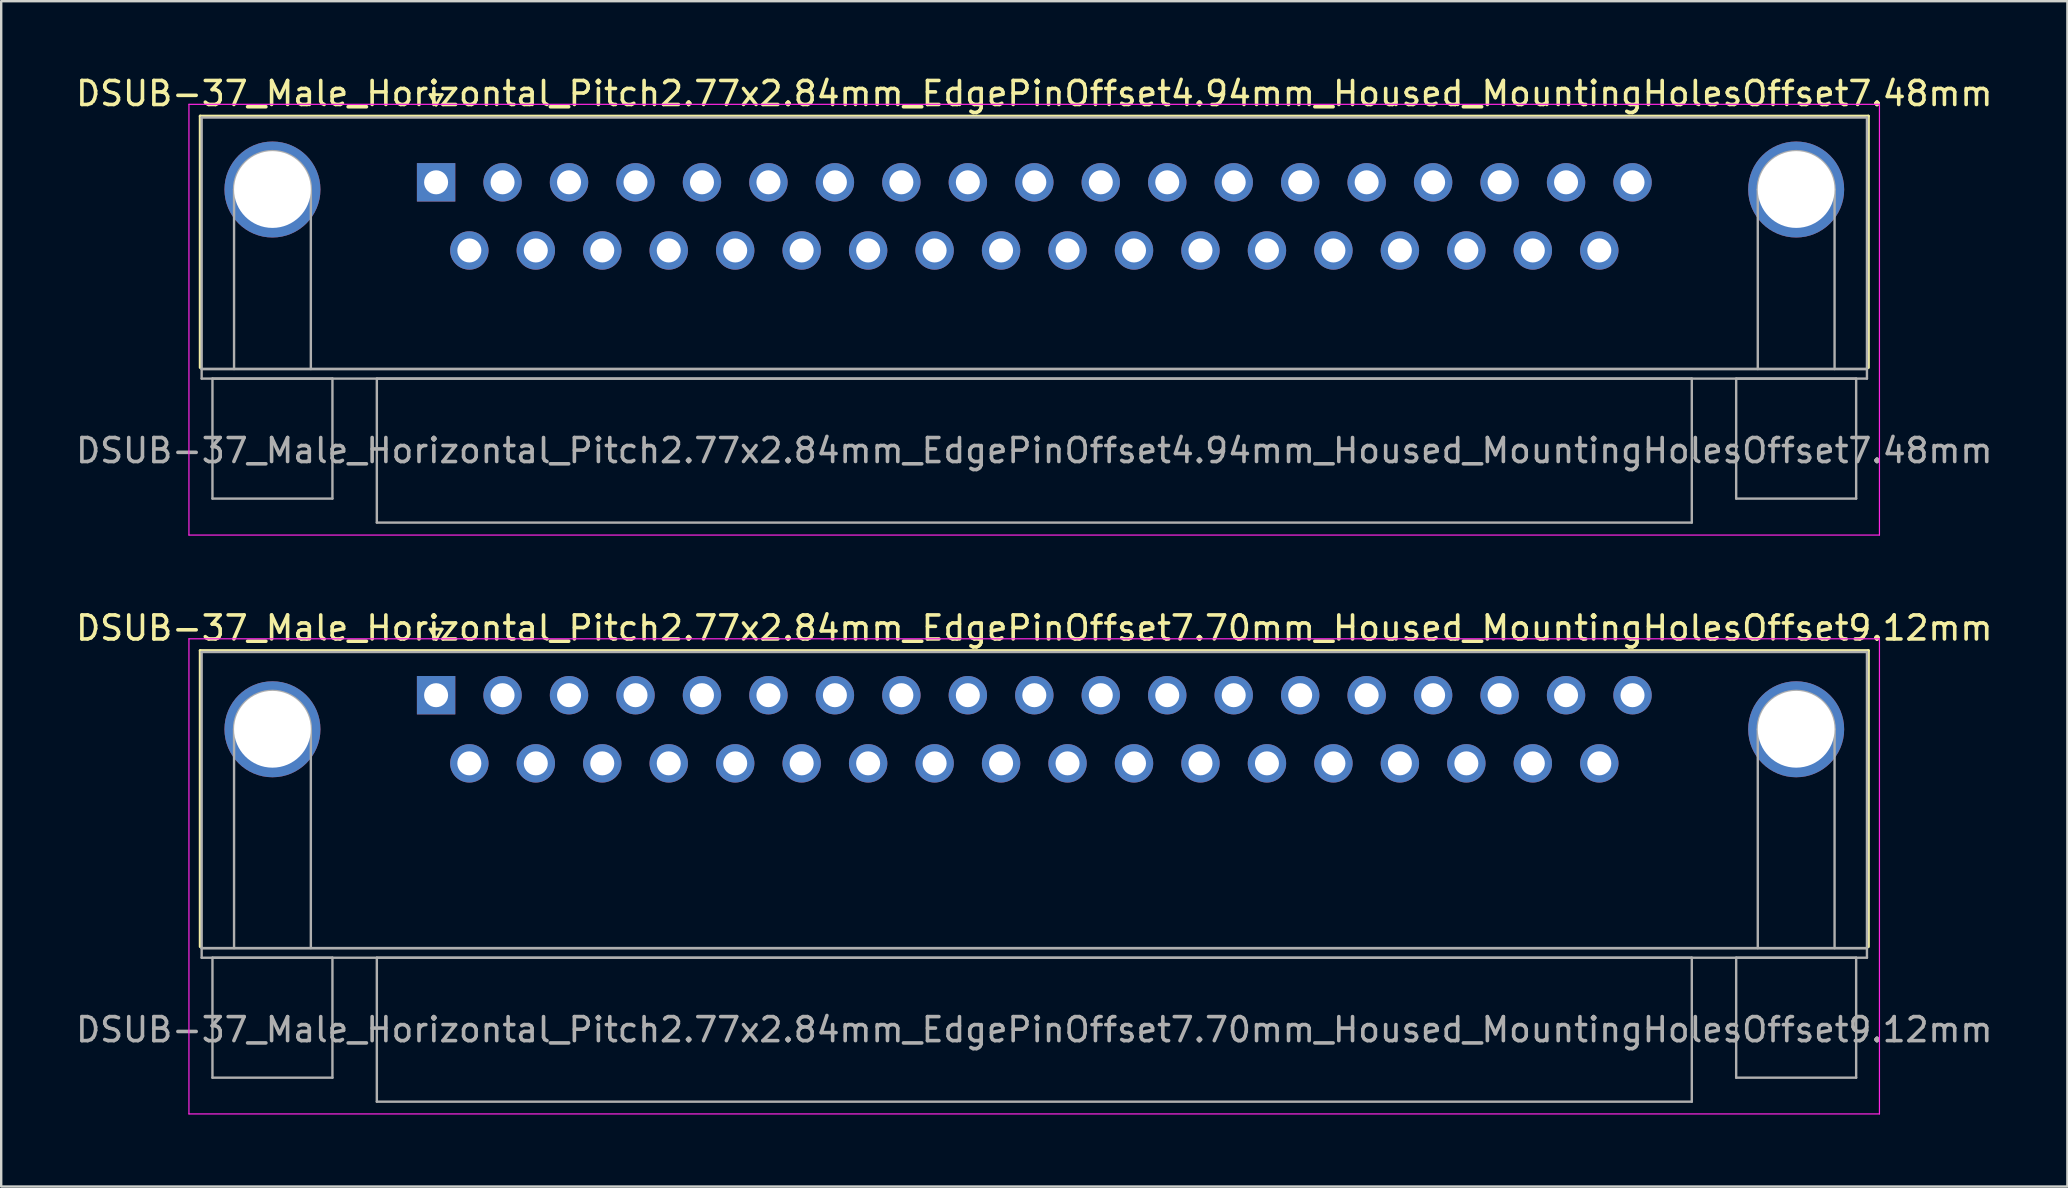
<source format=kicad_pcb>
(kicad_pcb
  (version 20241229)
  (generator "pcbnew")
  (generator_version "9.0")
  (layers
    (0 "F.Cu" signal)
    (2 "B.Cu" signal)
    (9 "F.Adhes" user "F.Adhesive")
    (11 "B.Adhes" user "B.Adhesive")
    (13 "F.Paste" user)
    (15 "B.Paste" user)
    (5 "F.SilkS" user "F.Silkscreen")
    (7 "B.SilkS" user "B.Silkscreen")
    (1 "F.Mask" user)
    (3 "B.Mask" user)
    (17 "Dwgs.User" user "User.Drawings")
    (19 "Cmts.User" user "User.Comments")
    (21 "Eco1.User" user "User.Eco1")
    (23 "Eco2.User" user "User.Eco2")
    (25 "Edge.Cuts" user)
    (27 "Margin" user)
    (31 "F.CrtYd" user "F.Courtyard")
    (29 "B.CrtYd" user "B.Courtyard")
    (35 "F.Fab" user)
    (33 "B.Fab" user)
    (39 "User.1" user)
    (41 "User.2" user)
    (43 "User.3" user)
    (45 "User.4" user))
  (footprint "DSUB-37_Male_Horizontal_Pitch2.77x2.84mm_EdgePinOffset7.70mm_Housed_MountingHolesOffset9.12mm"
    (layer "F.Cu")
    (at 15.124 25.922)
    (property "Reference" "DSUB-37_Male_Horizontal_Pitch2.77x2.84mm_EdgePinOffset7.70mm_Housed_MountingHolesOffset9.12mm" (at 24.93 -2.8 0) (layer "F.SilkS") (effects (font (size 1 1) (thickness 0.15))))
    (attr through_hole)
    (fp_line (start -9.83 -1.86) (end 59.69 -1.86) (stroke (width 0.12) (type solid)) (layer "F.SilkS"))
    (fp_line (start -9.83 10.48) (end -9.83 -1.86) (stroke (width 0.12) (type solid)) (layer "F.SilkS"))
    (fp_line (start -0.25 -2.754) (end 0.25 -2.754) (stroke (width 0.12) (type solid)) (layer "F.SilkS"))
    (fp_line (start 0 -2.321) (end -0.25 -2.754) (stroke (width 0.12) (type solid)) (layer "F.SilkS"))
    (fp_line (start 0.25 -2.754) (end 0 -2.321) (stroke (width 0.12) (type solid)) (layer "F.SilkS"))
    (fp_line (start 59.69 -1.86) (end 59.69 10.48) (stroke (width 0.12) (type solid)) (layer "F.SilkS"))
    (fp_line (start -10.3 -2.35) (end -10.3 17.45) (stroke (width 0.05) (type solid)) (layer "F.CrtYd"))
    (fp_line (start -10.3 17.45) (end 60.15 17.45) (stroke (width 0.05) (type solid)) (layer "F.CrtYd"))
    (fp_line (start 60.15 -2.35) (end -10.3 -2.35) (stroke (width 0.05) (type solid)) (layer "F.CrtYd"))
    (fp_line (start 60.15 17.45) (end 60.15 -2.35) (stroke (width 0.05) (type solid)) (layer "F.CrtYd"))
    (fp_line (start -9.77 -1.8) (end -9.77 10.54) (stroke (width 0.1) (type solid)) (layer "F.Fab"))
    (fp_line (start -9.77 10.54) (end -9.77 10.94) (stroke (width 0.1) (type solid)) (layer "F.Fab"))
    (fp_line (start -9.77 10.54) (end 59.63 10.54) (stroke (width 0.1) (type solid)) (layer "F.Fab"))
    (fp_line (start -9.77 10.94) (end 59.63 10.94) (stroke (width 0.1) (type solid)) (layer "F.Fab"))
    (fp_line (start -9.32 10.94) (end -9.32 15.94) (stroke (width 0.1) (type solid)) (layer "F.Fab"))
    (fp_line (start -9.32 15.94) (end -4.32 15.94) (stroke (width 0.1) (type solid)) (layer "F.Fab"))
    (fp_line (start -8.42 10.54) (end -8.42 1.42) (stroke (width 0.1) (type solid)) (layer "F.Fab"))
    (fp_line (start -5.22 10.54) (end -5.22 1.42) (stroke (width 0.1) (type solid)) (layer "F.Fab"))
    (fp_line (start -4.32 10.94) (end -9.32 10.94) (stroke (width 0.1) (type solid)) (layer "F.Fab"))
    (fp_line (start -4.32 15.94) (end -4.32 10.94) (stroke (width 0.1) (type solid)) (layer "F.Fab"))
    (fp_line (start -2.47 10.94) (end -2.47 16.94) (stroke (width 0.1) (type solid)) (layer "F.Fab"))
    (fp_line (start -2.47 16.94) (end 52.33 16.94) (stroke (width 0.1) (type solid)) (layer "F.Fab"))
    (fp_line (start 52.33 10.94) (end -2.47 10.94) (stroke (width 0.1) (type solid)) (layer "F.Fab"))
    (fp_line (start 52.33 16.94) (end 52.33 10.94) (stroke (width 0.1) (type solid)) (layer "F.Fab"))
    (fp_line (start 54.18 10.94) (end 54.18 15.94) (stroke (width 0.1) (type solid)) (layer "F.Fab"))
    (fp_line (start 54.18 15.94) (end 59.18 15.94) (stroke (width 0.1) (type solid)) (layer "F.Fab"))
    (fp_line (start 55.08 10.54) (end 55.08 1.42) (stroke (width 0.1) (type solid)) (layer "F.Fab"))
    (fp_line (start 58.28 10.54) (end 58.28 1.42) (stroke (width 0.1) (type solid)) (layer "F.Fab"))
    (fp_line (start 59.18 10.94) (end 54.18 10.94) (stroke (width 0.1) (type solid)) (layer "F.Fab"))
    (fp_line (start 59.18 15.94) (end 59.18 10.94) (stroke (width 0.1) (type solid)) (layer "F.Fab"))
    (fp_line (start 59.63 -1.8) (end -9.77 -1.8) (stroke (width 0.1) (type solid)) (layer "F.Fab"))
    (fp_line (start 59.63 10.54) (end -9.77 10.54) (stroke (width 0.1) (type solid)) (layer "F.Fab"))
    (fp_line (start 59.63 10.54) (end 59.63 -1.8) (stroke (width 0.1) (type solid)) (layer "F.Fab"))
    (fp_line (start 59.63 10.94) (end 59.63 10.54) (stroke (width 0.1) (type solid)) (layer "F.Fab"))
    (fp_arc (start -8.42 1.42) (mid -6.82 -0.18) (end -5.22 1.42) (stroke (width 0.1) (type solid)) (layer "F.Fab"))
    (fp_arc (start 55.08 1.42) (mid 56.68 -0.18) (end 58.28 1.42) (stroke (width 0.1) (type solid)) (layer "F.Fab"))
    (fp_text user "${REFERENCE}" (at 24.93 13.94 0) (layer "F.Fab") (effects (font (size 1 1) (thickness 0.15))))
    (pad "0" thru_hole circle (at -6.82 1.42) (size 4 4) (drill 3.2) (layers "*.Cu" "*.Mask"))
    (pad "0" thru_hole circle (at 56.68 1.42) (size 4 4) (drill 3.2) (layers "*.Cu" "*.Mask"))
    (pad "1" thru_hole rect (at 0 0) (size 1.6 1.6) (drill 1) (layers "*.Cu" "*.Mask"))
    (pad "2" thru_hole circle (at 2.77 0) (size 1.6 1.6) (drill 1) (layers "*.Cu" "*.Mask"))
    (pad "3" thru_hole circle (at 5.54 0) (size 1.6 1.6) (drill 1) (layers "*.Cu" "*.Mask"))
    (pad "4" thru_hole circle (at 8.31 0) (size 1.6 1.6) (drill 1) (layers "*.Cu" "*.Mask"))
    (pad "5" thru_hole circle (at 11.08 0) (size 1.6 1.6) (drill 1) (layers "*.Cu" "*.Mask"))
    (pad "6" thru_hole circle (at 13.85 0) (size 1.6 1.6) (drill 1) (layers "*.Cu" "*.Mask"))
    (pad "7" thru_hole circle (at 16.62 0) (size 1.6 1.6) (drill 1) (layers "*.Cu" "*.Mask"))
    (pad "8" thru_hole circle (at 19.39 0) (size 1.6 1.6) (drill 1) (layers "*.Cu" "*.Mask"))
    (pad "9" thru_hole circle (at 22.16 0) (size 1.6 1.6) (drill 1) (layers "*.Cu" "*.Mask"))
    (pad "10" thru_hole circle (at 24.93 0) (size 1.6 1.6) (drill 1) (layers "*.Cu" "*.Mask"))
    (pad "11" thru_hole circle (at 27.7 0) (size 1.6 1.6) (drill 1) (layers "*.Cu" "*.Mask"))
    (pad "12" thru_hole circle (at 30.47 0) (size 1.6 1.6) (drill 1) (layers "*.Cu" "*.Mask"))
    (pad "13" thru_hole circle (at 33.24 0) (size 1.6 1.6) (drill 1) (layers "*.Cu" "*.Mask"))
    (pad "14" thru_hole circle (at 36.01 0) (size 1.6 1.6) (drill 1) (layers "*.Cu" "*.Mask"))
    (pad "15" thru_hole circle (at 38.78 0) (size 1.6 1.6) (drill 1) (layers "*.Cu" "*.Mask"))
    (pad "16" thru_hole circle (at 41.55 0) (size 1.6 1.6) (drill 1) (layers "*.Cu" "*.Mask"))
    (pad "17" thru_hole circle (at 44.32 0) (size 1.6 1.6) (drill 1) (layers "*.Cu" "*.Mask"))
    (pad "18" thru_hole circle (at 47.09 0) (size 1.6 1.6) (drill 1) (layers "*.Cu" "*.Mask"))
    (pad "19" thru_hole circle (at 49.86 0) (size 1.6 1.6) (drill 1) (layers "*.Cu" "*.Mask"))
    (pad "20" thru_hole circle (at 1.385 2.84) (size 1.6 1.6) (drill 1) (layers "*.Cu" "*.Mask"))
    (pad "21" thru_hole circle (at 4.155 2.84) (size 1.6 1.6) (drill 1) (layers "*.Cu" "*.Mask"))
    (pad "22" thru_hole circle (at 6.925 2.84) (size 1.6 1.6) (drill 1) (layers "*.Cu" "*.Mask"))
    (pad "23" thru_hole circle (at 9.695 2.84) (size 1.6 1.6) (drill 1) (layers "*.Cu" "*.Mask"))
    (pad "24" thru_hole circle (at 12.465 2.84) (size 1.6 1.6) (drill 1) (layers "*.Cu" "*.Mask"))
    (pad "25" thru_hole circle (at 15.235 2.84) (size 1.6 1.6) (drill 1) (layers "*.Cu" "*.Mask"))
    (pad "26" thru_hole circle (at 18.005 2.84) (size 1.6 1.6) (drill 1) (layers "*.Cu" "*.Mask"))
    (pad "27" thru_hole circle (at 20.775 2.84) (size 1.6 1.6) (drill 1) (layers "*.Cu" "*.Mask"))
    (pad "28" thru_hole circle (at 23.545 2.84) (size 1.6 1.6) (drill 1) (layers "*.Cu" "*.Mask"))
    (pad "29" thru_hole circle (at 26.315 2.84) (size 1.6 1.6) (drill 1) (layers "*.Cu" "*.Mask"))
    (pad "30" thru_hole circle (at 29.085 2.84) (size 1.6 1.6) (drill 1) (layers "*.Cu" "*.Mask"))
    (pad "31" thru_hole circle (at 31.855 2.84) (size 1.6 1.6) (drill 1) (layers "*.Cu" "*.Mask"))
    (pad "32" thru_hole circle (at 34.625 2.84) (size 1.6 1.6) (drill 1) (layers "*.Cu" "*.Mask"))
    (pad "33" thru_hole circle (at 37.395 2.84) (size 1.6 1.6) (drill 1) (layers "*.Cu" "*.Mask"))
    (pad "34" thru_hole circle (at 40.165 2.84) (size 1.6 1.6) (drill 1) (layers "*.Cu" "*.Mask"))
    (pad "35" thru_hole circle (at 42.935 2.84) (size 1.6 1.6) (drill 1) (layers "*.Cu" "*.Mask"))
    (pad "36" thru_hole circle (at 45.705 2.84) (size 1.6 1.6) (drill 1) (layers "*.Cu" "*.Mask"))
    (pad "37" thru_hole circle (at 48.475 2.84) (size 1.6 1.6) (drill 1) (layers "*.Cu" "*.Mask")))
  (footprint "DSUB-37_Male_Horizontal_Pitch2.77x2.84mm_EdgePinOffset4.94mm_Housed_MountingHolesOffset7.48mm"
    (layer "F.Cu")
    (at 15.124 4.548)
    (property "Reference" "DSUB-37_Male_Horizontal_Pitch2.77x2.84mm_EdgePinOffset4.94mm_Housed_MountingHolesOffset7.48mm" (at 24.93 -3.7 0) (layer "F.SilkS") (effects (font (size 1 1) (thickness 0.15))))
    (attr through_hole)
    (fp_line (start -9.83 -2.76) (end 59.69 -2.76) (stroke (width 0.12) (type solid)) (layer "F.SilkS"))
    (fp_line (start -9.83 7.72) (end -9.83 -2.76) (stroke (width 0.12) (type solid)) (layer "F.SilkS"))
    (fp_line (start -0.25 -3.654) (end 0.25 -3.654) (stroke (width 0.12) (type solid)) (layer "F.SilkS"))
    (fp_line (start 0 -3.221) (end -0.25 -3.654) (stroke (width 0.12) (type solid)) (layer "F.SilkS"))
    (fp_line (start 0.25 -3.654) (end 0 -3.221) (stroke (width 0.12) (type solid)) (layer "F.SilkS"))
    (fp_line (start 59.69 -2.76) (end 59.69 7.72) (stroke (width 0.12) (type solid)) (layer "F.SilkS"))
    (fp_line (start -10.3 -3.25) (end -10.3 14.7) (stroke (width 0.05) (type solid)) (layer "F.CrtYd"))
    (fp_line (start -10.3 14.7) (end 60.15 14.7) (stroke (width 0.05) (type solid)) (layer "F.CrtYd"))
    (fp_line (start 60.15 -3.25) (end -10.3 -3.25) (stroke (width 0.05) (type solid)) (layer "F.CrtYd"))
    (fp_line (start 60.15 14.7) (end 60.15 -3.25) (stroke (width 0.05) (type solid)) (layer "F.CrtYd"))
    (fp_line (start -9.77 -2.7) (end -9.77 7.78) (stroke (width 0.1) (type solid)) (layer "F.Fab"))
    (fp_line (start -9.77 7.78) (end -9.77 8.18) (stroke (width 0.1) (type solid)) (layer "F.Fab"))
    (fp_line (start -9.77 7.78) (end 59.63 7.78) (stroke (width 0.1) (type solid)) (layer "F.Fab"))
    (fp_line (start -9.77 8.18) (end 59.63 8.18) (stroke (width 0.1) (type solid)) (layer "F.Fab"))
    (fp_line (start -9.32 8.18) (end -9.32 13.18) (stroke (width 0.1) (type solid)) (layer "F.Fab"))
    (fp_line (start -9.32 13.18) (end -4.32 13.18) (stroke (width 0.1) (type solid)) (layer "F.Fab"))
    (fp_line (start -8.42 7.78) (end -8.42 0.3) (stroke (width 0.1) (type solid)) (layer "F.Fab"))
    (fp_line (start -5.22 7.78) (end -5.22 0.3) (stroke (width 0.1) (type solid)) (layer "F.Fab"))
    (fp_line (start -4.32 8.18) (end -9.32 8.18) (stroke (width 0.1) (type solid)) (layer "F.Fab"))
    (fp_line (start -4.32 13.18) (end -4.32 8.18) (stroke (width 0.1) (type solid)) (layer "F.Fab"))
    (fp_line (start -2.47 8.18) (end -2.47 14.18) (stroke (width 0.1) (type solid)) (layer "F.Fab"))
    (fp_line (start -2.47 14.18) (end 52.33 14.18) (stroke (width 0.1) (type solid)) (layer "F.Fab"))
    (fp_line (start 52.33 8.18) (end -2.47 8.18) (stroke (width 0.1) (type solid)) (layer "F.Fab"))
    (fp_line (start 52.33 14.18) (end 52.33 8.18) (stroke (width 0.1) (type solid)) (layer "F.Fab"))
    (fp_line (start 54.18 8.18) (end 54.18 13.18) (stroke (width 0.1) (type solid)) (layer "F.Fab"))
    (fp_line (start 54.18 13.18) (end 59.18 13.18) (stroke (width 0.1) (type solid)) (layer "F.Fab"))
    (fp_line (start 55.08 7.78) (end 55.08 0.3) (stroke (width 0.1) (type solid)) (layer "F.Fab"))
    (fp_line (start 58.28 7.78) (end 58.28 0.3) (stroke (width 0.1) (type solid)) (layer "F.Fab"))
    (fp_line (start 59.18 8.18) (end 54.18 8.18) (stroke (width 0.1) (type solid)) (layer "F.Fab"))
    (fp_line (start 59.18 13.18) (end 59.18 8.18) (stroke (width 0.1) (type solid)) (layer "F.Fab"))
    (fp_line (start 59.63 -2.7) (end -9.77 -2.7) (stroke (width 0.1) (type solid)) (layer "F.Fab"))
    (fp_line (start 59.63 7.78) (end -9.77 7.78) (stroke (width 0.1) (type solid)) (layer "F.Fab"))
    (fp_line (start 59.63 7.78) (end 59.63 -2.7) (stroke (width 0.1) (type solid)) (layer "F.Fab"))
    (fp_line (start 59.63 8.18) (end 59.63 7.78) (stroke (width 0.1) (type solid)) (layer "F.Fab"))
    (fp_arc (start -8.42 0.3) (mid -6.82 -1.3) (end -5.22 0.3) (stroke (width 0.1) (type solid)) (layer "F.Fab"))
    (fp_arc (start 55.08 0.3) (mid 56.68 -1.3) (end 58.28 0.3) (stroke (width 0.1) (type solid)) (layer "F.Fab"))
    (fp_text user "${REFERENCE}" (at 24.93 11.18 0) (layer "F.Fab") (effects (font (size 1 1) (thickness 0.15))))
    (pad "0" thru_hole circle (at -6.82 0.3) (size 4 4) (drill 3.2) (layers "*.Cu" "*.Mask"))
    (pad "0" thru_hole circle (at 56.68 0.3) (size 4 4) (drill 3.2) (layers "*.Cu" "*.Mask"))
    (pad "1" thru_hole rect (at 0 0) (size 1.6 1.6) (drill 1) (layers "*.Cu" "*.Mask"))
    (pad "2" thru_hole circle (at 2.77 0) (size 1.6 1.6) (drill 1) (layers "*.Cu" "*.Mask"))
    (pad "3" thru_hole circle (at 5.54 0) (size 1.6 1.6) (drill 1) (layers "*.Cu" "*.Mask"))
    (pad "4" thru_hole circle (at 8.31 0) (size 1.6 1.6) (drill 1) (layers "*.Cu" "*.Mask"))
    (pad "5" thru_hole circle (at 11.08 0) (size 1.6 1.6) (drill 1) (layers "*.Cu" "*.Mask"))
    (pad "6" thru_hole circle (at 13.85 0) (size 1.6 1.6) (drill 1) (layers "*.Cu" "*.Mask"))
    (pad "7" thru_hole circle (at 16.62 0) (size 1.6 1.6) (drill 1) (layers "*.Cu" "*.Mask"))
    (pad "8" thru_hole circle (at 19.39 0) (size 1.6 1.6) (drill 1) (layers "*.Cu" "*.Mask"))
    (pad "9" thru_hole circle (at 22.16 0) (size 1.6 1.6) (drill 1) (layers "*.Cu" "*.Mask"))
    (pad "10" thru_hole circle (at 24.93 0) (size 1.6 1.6) (drill 1) (layers "*.Cu" "*.Mask"))
    (pad "11" thru_hole circle (at 27.7 0) (size 1.6 1.6) (drill 1) (layers "*.Cu" "*.Mask"))
    (pad "12" thru_hole circle (at 30.47 0) (size 1.6 1.6) (drill 1) (layers "*.Cu" "*.Mask"))
    (pad "13" thru_hole circle (at 33.24 0) (size 1.6 1.6) (drill 1) (layers "*.Cu" "*.Mask"))
    (pad "14" thru_hole circle (at 36.01 0) (size 1.6 1.6) (drill 1) (layers "*.Cu" "*.Mask"))
    (pad "15" thru_hole circle (at 38.78 0) (size 1.6 1.6) (drill 1) (layers "*.Cu" "*.Mask"))
    (pad "16" thru_hole circle (at 41.55 0) (size 1.6 1.6) (drill 1) (layers "*.Cu" "*.Mask"))
    (pad "17" thru_hole circle (at 44.32 0) (size 1.6 1.6) (drill 1) (layers "*.Cu" "*.Mask"))
    (pad "18" thru_hole circle (at 47.09 0) (size 1.6 1.6) (drill 1) (layers "*.Cu" "*.Mask"))
    (pad "19" thru_hole circle (at 49.86 0) (size 1.6 1.6) (drill 1) (layers "*.Cu" "*.Mask"))
    (pad "20" thru_hole circle (at 1.385 2.84) (size 1.6 1.6) (drill 1) (layers "*.Cu" "*.Mask"))
    (pad "21" thru_hole circle (at 4.155 2.84) (size 1.6 1.6) (drill 1) (layers "*.Cu" "*.Mask"))
    (pad "22" thru_hole circle (at 6.925 2.84) (size 1.6 1.6) (drill 1) (layers "*.Cu" "*.Mask"))
    (pad "23" thru_hole circle (at 9.695 2.84) (size 1.6 1.6) (drill 1) (layers "*.Cu" "*.Mask"))
    (pad "24" thru_hole circle (at 12.465 2.84) (size 1.6 1.6) (drill 1) (layers "*.Cu" "*.Mask"))
    (pad "25" thru_hole circle (at 15.235 2.84) (size 1.6 1.6) (drill 1) (layers "*.Cu" "*.Mask"))
    (pad "26" thru_hole circle (at 18.005 2.84) (size 1.6 1.6) (drill 1) (layers "*.Cu" "*.Mask"))
    (pad "27" thru_hole circle (at 20.775 2.84) (size 1.6 1.6) (drill 1) (layers "*.Cu" "*.Mask"))
    (pad "28" thru_hole circle (at 23.545 2.84) (size 1.6 1.6) (drill 1) (layers "*.Cu" "*.Mask"))
    (pad "29" thru_hole circle (at 26.315 2.84) (size 1.6 1.6) (drill 1) (layers "*.Cu" "*.Mask"))
    (pad "30" thru_hole circle (at 29.085 2.84) (size 1.6 1.6) (drill 1) (layers "*.Cu" "*.Mask"))
    (pad "31" thru_hole circle (at 31.855 2.84) (size 1.6 1.6) (drill 1) (layers "*.Cu" "*.Mask"))
    (pad "32" thru_hole circle (at 34.625 2.84) (size 1.6 1.6) (drill 1) (layers "*.Cu" "*.Mask"))
    (pad "33" thru_hole circle (at 37.395 2.84) (size 1.6 1.6) (drill 1) (layers "*.Cu" "*.Mask"))
    (pad "34" thru_hole circle (at 40.165 2.84) (size 1.6 1.6) (drill 1) (layers "*.Cu" "*.Mask"))
    (pad "35" thru_hole circle (at 42.935 2.84) (size 1.6 1.6) (drill 1) (layers "*.Cu" "*.Mask"))
    (pad "36" thru_hole circle (at 45.705 2.84) (size 1.6 1.6) (drill 1) (layers "*.Cu" "*.Mask"))
    (pad "37" thru_hole circle (at 48.475 2.84) (size 1.6 1.6) (drill 1) (layers "*.Cu" "*.Mask")))
  (gr_rect
    (start -3 -3)
    (end 83.107 46.397)
    (stroke (width 0.1) (type default))
    (fill no)
    (layer "Edge.Cuts")))
</source>
